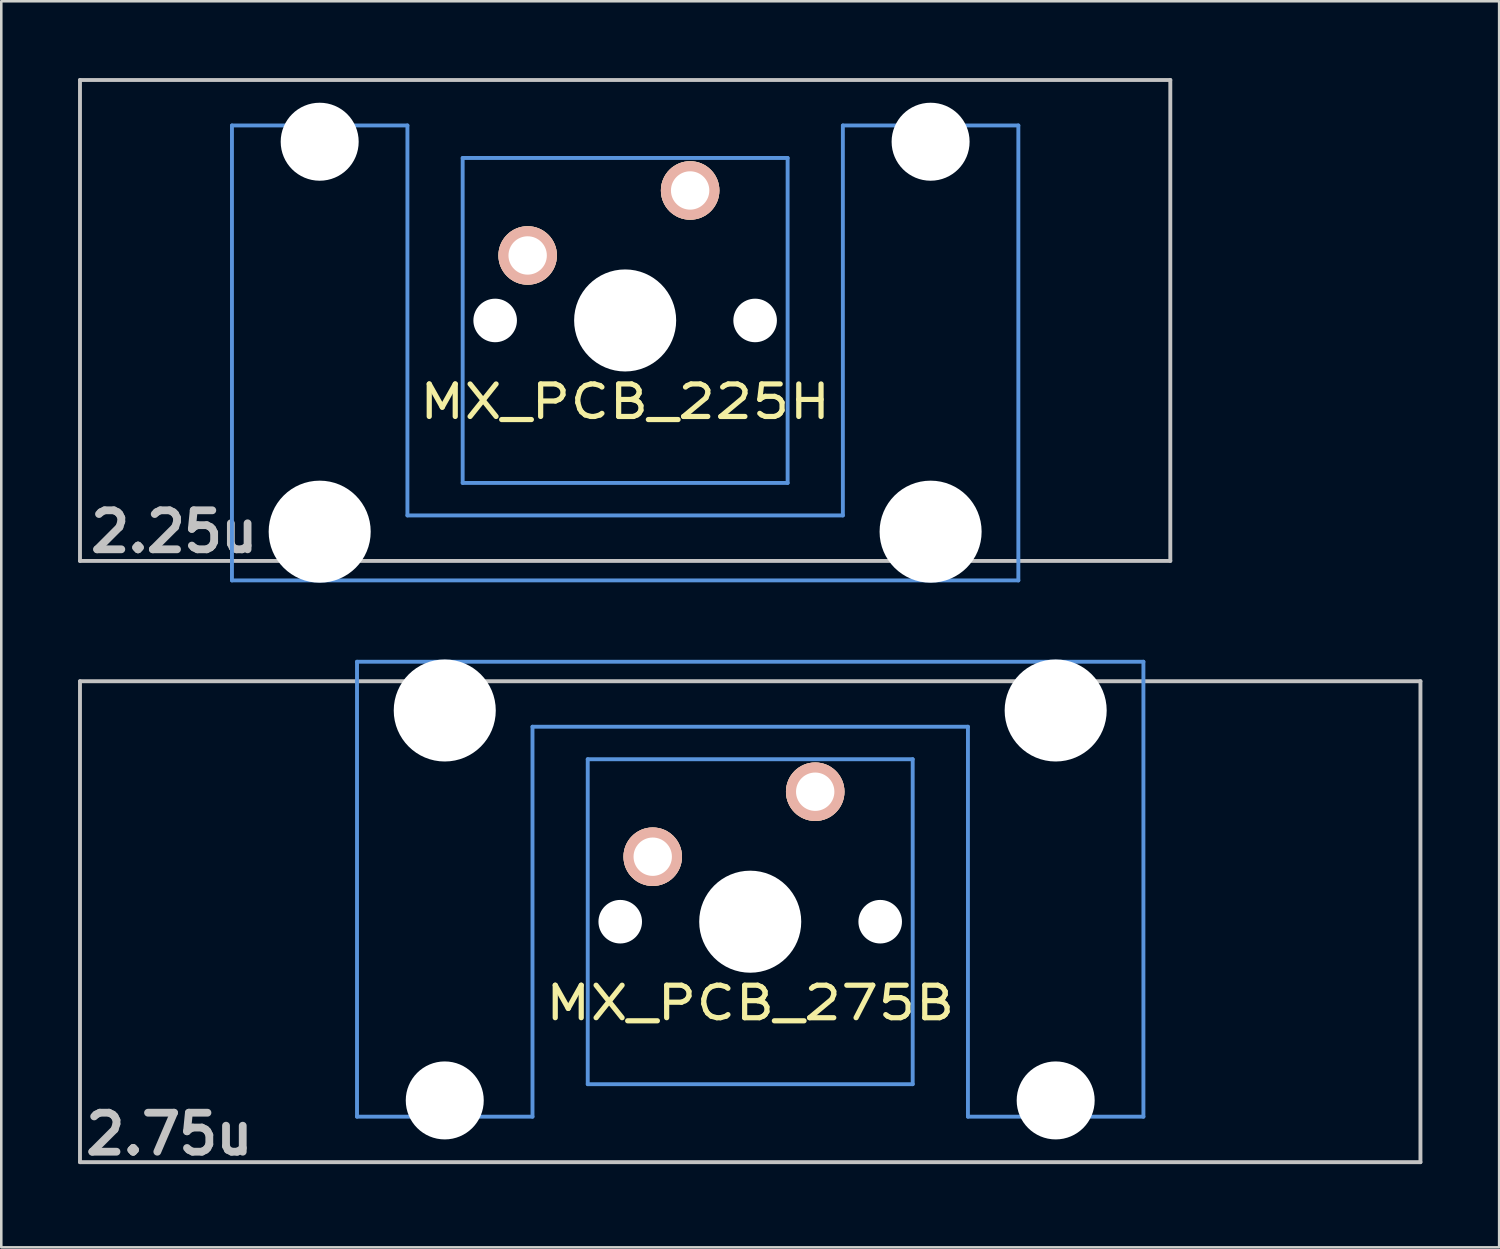
<source format=kicad_pcb>
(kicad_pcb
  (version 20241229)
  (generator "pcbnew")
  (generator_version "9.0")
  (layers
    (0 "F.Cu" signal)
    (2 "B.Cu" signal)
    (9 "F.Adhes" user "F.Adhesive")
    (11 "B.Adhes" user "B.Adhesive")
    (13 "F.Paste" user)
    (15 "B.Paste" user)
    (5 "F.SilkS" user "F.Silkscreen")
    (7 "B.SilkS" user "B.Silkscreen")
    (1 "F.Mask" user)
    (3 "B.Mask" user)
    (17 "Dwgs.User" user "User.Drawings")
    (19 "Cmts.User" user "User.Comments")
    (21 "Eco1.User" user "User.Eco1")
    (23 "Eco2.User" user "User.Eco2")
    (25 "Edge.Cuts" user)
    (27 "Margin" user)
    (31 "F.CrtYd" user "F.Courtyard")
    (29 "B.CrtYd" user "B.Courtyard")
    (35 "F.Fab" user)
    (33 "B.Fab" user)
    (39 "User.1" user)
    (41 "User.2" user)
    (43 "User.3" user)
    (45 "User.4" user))
  (footprint "MX_PCB_275B"
    (layer "F.Cu")
    (at 26.27 32.972)
    (property "Reference" "MX_PCB_275B" (at 0 3.175 0) (layer "F.SilkS") (effects (font (size 1.27 1.524) (thickness 0.203))))
    (attr through_hole)
    (fp_line (start -26.194 -9.398) (end 26.194 -9.398) (stroke (width 0.152) (type solid)) (layer "Dwgs.User"))
    (fp_line (start -26.194 9.398) (end -26.194 -9.398) (stroke (width 0.152) (type solid)) (layer "Dwgs.User"))
    (fp_line (start 26.194 -9.398) (end 26.194 9.398) (stroke (width 0.152) (type solid)) (layer "Dwgs.User"))
    (fp_line (start 26.194 9.398) (end -26.194 9.398) (stroke (width 0.152) (type solid)) (layer "Dwgs.User"))
    (fp_line (start -15.367 -10.16) (end -15.367 7.62) (stroke (width 0.152) (type solid)) (layer "Cmts.User"))
    (fp_line (start -15.367 7.62) (end -8.509 7.62) (stroke (width 0.152) (type solid)) (layer "Cmts.User"))
    (fp_line (start -8.509 -7.62) (end 8.509 -7.62) (stroke (width 0.152) (type solid)) (layer "Cmts.User"))
    (fp_line (start -8.509 7.62) (end -8.509 -7.62) (stroke (width 0.152) (type solid)) (layer "Cmts.User"))
    (fp_line (start -6.35 -6.35) (end 6.35 -6.35) (stroke (width 0.152) (type solid)) (layer "Cmts.User"))
    (fp_line (start -6.35 6.35) (end -6.35 -6.35) (stroke (width 0.152) (type solid)) (layer "Cmts.User"))
    (fp_line (start 6.35 -6.35) (end 6.35 6.35) (stroke (width 0.152) (type solid)) (layer "Cmts.User"))
    (fp_line (start 6.35 6.35) (end -6.35 6.35) (stroke (width 0.152) (type solid)) (layer "Cmts.User"))
    (fp_line (start 8.509 -7.62) (end 8.509 7.62) (stroke (width 0.152) (type solid)) (layer "Cmts.User"))
    (fp_line (start 8.509 7.62) (end 15.367 7.62) (stroke (width 0.152) (type solid)) (layer "Cmts.User"))
    (fp_line (start 15.367 -10.16) (end -15.367 -10.16) (stroke (width 0.152) (type solid)) (layer "Cmts.User"))
    (fp_line (start 15.367 7.62) (end 15.367 -10.16) (stroke (width 0.152) (type solid)) (layer "Cmts.User"))
    (fp_line (start -16.129 -0.508) (end -15.265 -0.508) (stroke (width 0.152) (type solid)) (layer "Eco2.User"))
    (fp_line (start -16.129 2.286) (end -16.129 -0.508) (stroke (width 0.152) (type solid)) (layer "Eco2.User"))
    (fp_line (start -15.265 -6.604) (end -14.224 -6.604) (stroke (width 0.152) (type solid)) (layer "Eco2.User"))
    (fp_line (start -15.265 -0.508) (end -15.265 -6.604) (stroke (width 0.152) (type solid)) (layer "Eco2.User"))
    (fp_line (start -15.265 2.286) (end -16.129 2.286) (stroke (width 0.152) (type solid)) (layer "Eco2.User"))
    (fp_line (start -15.265 5.69) (end -15.265 2.286) (stroke (width 0.152) (type solid)) (layer "Eco2.User"))
    (fp_line (start -14.224 -7.772) (end -9.652 -7.772) (stroke (width 0.152) (type solid)) (layer "Eco2.User"))
    (fp_line (start -14.224 -6.604) (end -14.224 -7.772) (stroke (width 0.152) (type solid)) (layer "Eco2.User"))
    (fp_line (start -9.652 -7.772) (end -9.652 -6.604) (stroke (width 0.152) (type solid)) (layer "Eco2.User"))
    (fp_line (start -9.652 -6.604) (end -8.611 -6.604) (stroke (width 0.152) (type solid)) (layer "Eco2.User"))
    (fp_line (start -8.611 -6.604) (end -8.611 -5.817) (stroke (width 0.152) (type solid)) (layer "Eco2.User"))
    (fp_line (start -8.611 -5.817) (end -6.985 -5.817) (stroke (width 0.152) (type solid)) (layer "Eco2.User"))
    (fp_line (start -8.611 4.877) (end -8.611 5.69) (stroke (width 0.152) (type solid)) (layer "Eco2.User"))
    (fp_line (start -8.611 5.69) (end -15.265 5.69) (stroke (width 0.152) (type solid)) (layer "Eco2.User"))
    (fp_line (start -6.985 -6.985) (end 6.985 -6.985) (stroke (width 0.152) (type solid)) (layer "Eco2.User"))
    (fp_line (start -6.985 -5.817) (end -6.985 -6.985) (stroke (width 0.152) (type solid)) (layer "Eco2.User"))
    (fp_line (start -6.985 4.877) (end -8.611 4.877) (stroke (width 0.152) (type solid)) (layer "Eco2.User"))
    (fp_line (start -6.985 6.985) (end -6.985 4.877) (stroke (width 0.152) (type solid)) (layer "Eco2.User"))
    (fp_line (start 6.985 -6.985) (end 6.985 -5.817) (stroke (width 0.152) (type solid)) (layer "Eco2.User"))
    (fp_line (start 6.985 -5.817) (end 8.611 -5.817) (stroke (width 0.152) (type solid)) (layer "Eco2.User"))
    (fp_line (start 6.985 4.877) (end 6.985 6.985) (stroke (width 0.152) (type solid)) (layer "Eco2.User"))
    (fp_line (start 6.985 6.985) (end -6.985 6.985) (stroke (width 0.152) (type solid)) (layer "Eco2.User"))
    (fp_line (start 8.611 -6.604) (end 9.652 -6.604) (stroke (width 0.152) (type solid)) (layer "Eco2.User"))
    (fp_line (start 8.611 -5.817) (end 8.611 -6.604) (stroke (width 0.152) (type solid)) (layer "Eco2.User"))
    (fp_line (start 8.611 4.877) (end 6.985 4.877) (stroke (width 0.152) (type solid)) (layer "Eco2.User"))
    (fp_line (start 8.611 5.69) (end 8.611 4.877) (stroke (width 0.152) (type solid)) (layer "Eco2.User"))
    (fp_line (start 9.652 -7.772) (end 14.224 -7.772) (stroke (width 0.152) (type solid)) (layer "Eco2.User"))
    (fp_line (start 9.652 -6.604) (end 9.652 -7.772) (stroke (width 0.152) (type solid)) (layer "Eco2.User"))
    (fp_line (start 14.224 -7.772) (end 14.224 -6.604) (stroke (width 0.152) (type solid)) (layer "Eco2.User"))
    (fp_line (start 14.224 -6.604) (end 15.265 -6.604) (stroke (width 0.152) (type solid)) (layer "Eco2.User"))
    (fp_line (start 15.265 -6.604) (end 15.265 -0.508) (stroke (width 0.152) (type solid)) (layer "Eco2.User"))
    (fp_line (start 15.265 -0.508) (end 16.129 -0.508) (stroke (width 0.152) (type solid)) (layer "Eco2.User"))
    (fp_line (start 15.265 2.286) (end 15.265 5.69) (stroke (width 0.152) (type solid)) (layer "Eco2.User"))
    (fp_line (start 15.265 5.69) (end 8.611 5.69) (stroke (width 0.152) (type solid)) (layer "Eco2.User"))
    (fp_line (start 16.129 -0.508) (end 16.129 2.286) (stroke (width 0.152) (type solid)) (layer "Eco2.User"))
    (fp_line (start 16.129 2.286) (end 15.265 2.286) (stroke (width 0.152) (type solid)) (layer "Eco2.User"))
    (fp_text user "2.75u" (at -22.7 8.3 0) (layer "Dwgs.User") (effects (font (size 1.524 1.524) (thickness 0.305))))
    (pad "" np_thru_hole circle (at -11.938 -8.255 180) (size 3.988 3.988) (drill 3.988) (layers "*.Cu" "*.Mask"))
    (pad "" np_thru_hole circle (at -11.938 6.985 180) (size 3.048 3.048) (drill 3.048) (layers "*.Cu" "*.Mask"))
    (pad "" np_thru_hole circle (at -5.08 0 180) (size 1.702 1.702) (drill 1.702) (layers "*.Cu" "*.Mask"))
    (pad "" np_thru_hole circle (at 0 0 180) (size 3.988 3.988) (drill 3.988) (layers "*.Cu" "*.Mask"))
    (pad "" np_thru_hole circle (at 5.08 0 180) (size 1.702 1.702) (drill 1.702) (layers "*.Cu" "*.Mask"))
    (pad "" np_thru_hole circle (at 11.938 -8.255 180) (size 3.988 3.988) (drill 3.988) (layers "*.Cu" "*.Mask"))
    (pad "" np_thru_hole circle (at 11.938 6.985 180) (size 3.048 3.048) (drill 3.048) (layers "*.Cu" "*.Mask"))
    (pad "1" thru_hole circle (at 2.54 -5.08) (size 2.286 2.286) (drill 1.499) (layers "*.Cu" "*.SilkS" "*.Mask"))
    (pad "2" thru_hole circle (at -3.81 -2.54) (size 2.286 2.286) (drill 1.499) (layers "*.Cu" "*.SilkS" "*.Mask")))
  (footprint "MX_PCB_225H"
    (layer "F.Cu")
    (at 21.382 9.474)
    (property "Reference" "MX_PCB_225H" (at 0 3.175 0) (layer "F.SilkS") (effects (font (size 1.27 1.524) (thickness 0.203))))
    (attr through_hole)
    (fp_line (start -21.306 -9.398) (end 21.306 -9.398) (stroke (width 0.152) (type solid)) (layer "Dwgs.User"))
    (fp_line (start -21.306 9.398) (end -21.306 -9.398) (stroke (width 0.152) (type solid)) (layer "Dwgs.User"))
    (fp_line (start 21.306 -9.398) (end 21.306 9.398) (stroke (width 0.152) (type solid)) (layer "Dwgs.User"))
    (fp_line (start 21.306 9.398) (end -21.306 9.398) (stroke (width 0.152) (type solid)) (layer "Dwgs.User"))
    (fp_line (start -15.367 -7.62) (end -15.367 10.16) (stroke (width 0.152) (type solid)) (layer "Cmts.User"))
    (fp_line (start -15.367 10.16) (end 15.367 10.16) (stroke (width 0.152) (type solid)) (layer "Cmts.User"))
    (fp_line (start -8.509 -7.62) (end -15.367 -7.62) (stroke (width 0.152) (type solid)) (layer "Cmts.User"))
    (fp_line (start -8.509 7.62) (end -8.509 -7.62) (stroke (width 0.152) (type solid)) (layer "Cmts.User"))
    (fp_line (start -6.35 -6.35) (end 6.35 -6.35) (stroke (width 0.152) (type solid)) (layer "Cmts.User"))
    (fp_line (start -6.35 6.35) (end -6.35 -6.35) (stroke (width 0.152) (type solid)) (layer "Cmts.User"))
    (fp_line (start 6.35 -6.35) (end 6.35 6.35) (stroke (width 0.152) (type solid)) (layer "Cmts.User"))
    (fp_line (start 6.35 6.35) (end -6.35 6.35) (stroke (width 0.152) (type solid)) (layer "Cmts.User"))
    (fp_line (start 8.509 -7.62) (end 8.509 7.62) (stroke (width 0.152) (type solid)) (layer "Cmts.User"))
    (fp_line (start 8.509 7.62) (end -8.509 7.62) (stroke (width 0.152) (type solid)) (layer "Cmts.User"))
    (fp_line (start 15.367 -7.62) (end 8.509 -7.62) (stroke (width 0.152) (type solid)) (layer "Cmts.User"))
    (fp_line (start 15.367 10.16) (end 15.367 -7.62) (stroke (width 0.152) (type solid)) (layer "Cmts.User"))
    (fp_line (start -16.129 -2.286) (end -15.265 -2.286) (stroke (width 0.152) (type solid)) (layer "Eco2.User"))
    (fp_line (start -16.129 0.508) (end -16.129 -2.286) (stroke (width 0.152) (type solid)) (layer "Eco2.User"))
    (fp_line (start -15.265 -5.69) (end -8.611 -5.69) (stroke (width 0.152) (type solid)) (layer "Eco2.User"))
    (fp_line (start -15.265 -2.286) (end -15.265 -5.69) (stroke (width 0.152) (type solid)) (layer "Eco2.User"))
    (fp_line (start -15.265 0.508) (end -16.129 0.508) (stroke (width 0.152) (type solid)) (layer "Eco2.User"))
    (fp_line (start -15.265 6.604) (end -15.265 0.508) (stroke (width 0.152) (type solid)) (layer "Eco2.User"))
    (fp_line (start -14.224 6.604) (end -15.265 6.604) (stroke (width 0.152) (type solid)) (layer "Eco2.User"))
    (fp_line (start -14.224 7.772) (end -14.224 6.604) (stroke (width 0.152) (type solid)) (layer "Eco2.User"))
    (fp_line (start -9.652 6.604) (end -9.652 7.772) (stroke (width 0.152) (type solid)) (layer "Eco2.User"))
    (fp_line (start -9.652 7.772) (end -14.224 7.772) (stroke (width 0.152) (type solid)) (layer "Eco2.User"))
    (fp_line (start -8.611 -5.69) (end -8.611 -4.877) (stroke (width 0.152) (type solid)) (layer "Eco2.User"))
    (fp_line (start -8.611 -4.877) (end -6.985 -4.877) (stroke (width 0.152) (type solid)) (layer "Eco2.User"))
    (fp_line (start -8.611 5.817) (end -8.611 6.604) (stroke (width 0.152) (type solid)) (layer "Eco2.User"))
    (fp_line (start -8.611 6.604) (end -9.652 6.604) (stroke (width 0.152) (type solid)) (layer "Eco2.User"))
    (fp_line (start -6.985 -6.985) (end 6.985 -6.985) (stroke (width 0.152) (type solid)) (layer "Eco2.User"))
    (fp_line (start -6.985 -4.877) (end -6.985 -6.985) (stroke (width 0.152) (type solid)) (layer "Eco2.User"))
    (fp_line (start -6.985 5.817) (end -8.611 5.817) (stroke (width 0.152) (type solid)) (layer "Eco2.User"))
    (fp_line (start -6.985 6.985) (end -6.985 5.817) (stroke (width 0.152) (type solid)) (layer "Eco2.User"))
    (fp_line (start 6.985 -6.985) (end 6.985 -4.877) (stroke (width 0.152) (type solid)) (layer "Eco2.User"))
    (fp_line (start 6.985 -4.877) (end 8.611 -4.877) (stroke (width 0.152) (type solid)) (layer "Eco2.User"))
    (fp_line (start 6.985 5.817) (end 6.985 6.985) (stroke (width 0.152) (type solid)) (layer "Eco2.User"))
    (fp_line (start 6.985 6.985) (end -6.985 6.985) (stroke (width 0.152) (type solid)) (layer "Eco2.User"))
    (fp_line (start 8.611 -5.69) (end 15.265 -5.69) (stroke (width 0.152) (type solid)) (layer "Eco2.User"))
    (fp_line (start 8.611 -4.877) (end 8.611 -5.69) (stroke (width 0.152) (type solid)) (layer "Eco2.User"))
    (fp_line (start 8.611 5.817) (end 6.985 5.817) (stroke (width 0.152) (type solid)) (layer "Eco2.User"))
    (fp_line (start 8.611 6.604) (end 8.611 5.817) (stroke (width 0.152) (type solid)) (layer "Eco2.User"))
    (fp_line (start 9.652 6.604) (end 8.611 6.604) (stroke (width 0.152) (type solid)) (layer "Eco2.User"))
    (fp_line (start 9.652 7.772) (end 9.652 6.604) (stroke (width 0.152) (type solid)) (layer "Eco2.User"))
    (fp_line (start 14.224 6.604) (end 14.224 7.772) (stroke (width 0.152) (type solid)) (layer "Eco2.User"))
    (fp_line (start 14.224 7.772) (end 9.652 7.772) (stroke (width 0.152) (type solid)) (layer "Eco2.User"))
    (fp_line (start 15.265 -5.69) (end 15.265 -2.286) (stroke (width 0.152) (type solid)) (layer "Eco2.User"))
    (fp_line (start 15.265 -2.286) (end 16.129 -2.286) (stroke (width 0.152) (type solid)) (layer "Eco2.User"))
    (fp_line (start 15.265 0.508) (end 15.265 6.604) (stroke (width 0.152) (type solid)) (layer "Eco2.User"))
    (fp_line (start 15.265 6.604) (end 14.224 6.604) (stroke (width 0.152) (type solid)) (layer "Eco2.User"))
    (fp_line (start 16.129 -2.286) (end 16.129 0.508) (stroke (width 0.152) (type solid)) (layer "Eco2.User"))
    (fp_line (start 16.129 0.508) (end 15.265 0.508) (stroke (width 0.152) (type solid)) (layer "Eco2.User"))
    (fp_text user "2.25u" (at -17.623 8.255 0) (layer "Dwgs.User") (effects (font (size 1.524 1.524) (thickness 0.305))))
    (pad "" np_thru_hole circle (at -11.938 -6.985) (size 3.048 3.048) (drill 3.048) (layers "*.Cu" "*.Mask"))
    (pad "" np_thru_hole circle (at -11.938 8.255) (size 3.988 3.988) (drill 3.988) (layers "*.Cu" "*.Mask"))
    (pad "" np_thru_hole circle (at -5.08 0) (size 1.702 1.702) (drill 1.702) (layers "*.Cu" "*.Mask"))
    (pad "" np_thru_hole circle (at 0 0) (size 3.988 3.988) (drill 3.988) (layers "*.Cu" "*.Mask"))
    (pad "" np_thru_hole circle (at 5.08 0) (size 1.702 1.702) (drill 1.702) (layers "*.Cu" "*.Mask"))
    (pad "" np_thru_hole circle (at 11.938 -6.985) (size 3.048 3.048) (drill 3.048) (layers "*.Cu" "*.Mask"))
    (pad "" np_thru_hole circle (at 11.938 8.255) (size 3.988 3.988) (drill 3.988) (layers "*.Cu" "*.Mask"))
    (pad "1" thru_hole circle (at 2.54 -5.08) (size 2.286 2.286) (drill 1.499) (layers "*.Cu" "*.SilkS" "*.Mask"))
    (pad "2" thru_hole circle (at -3.81 -2.54) (size 2.286 2.286) (drill 1.499) (layers "*.Cu" "*.SilkS" "*.Mask")))
  (gr_rect
    (start -3 -3)
    (end 55.54 45.698)
    (stroke (width 0.1) (type default))
    (fill no)
    (layer "Edge.Cuts")))
</source>
